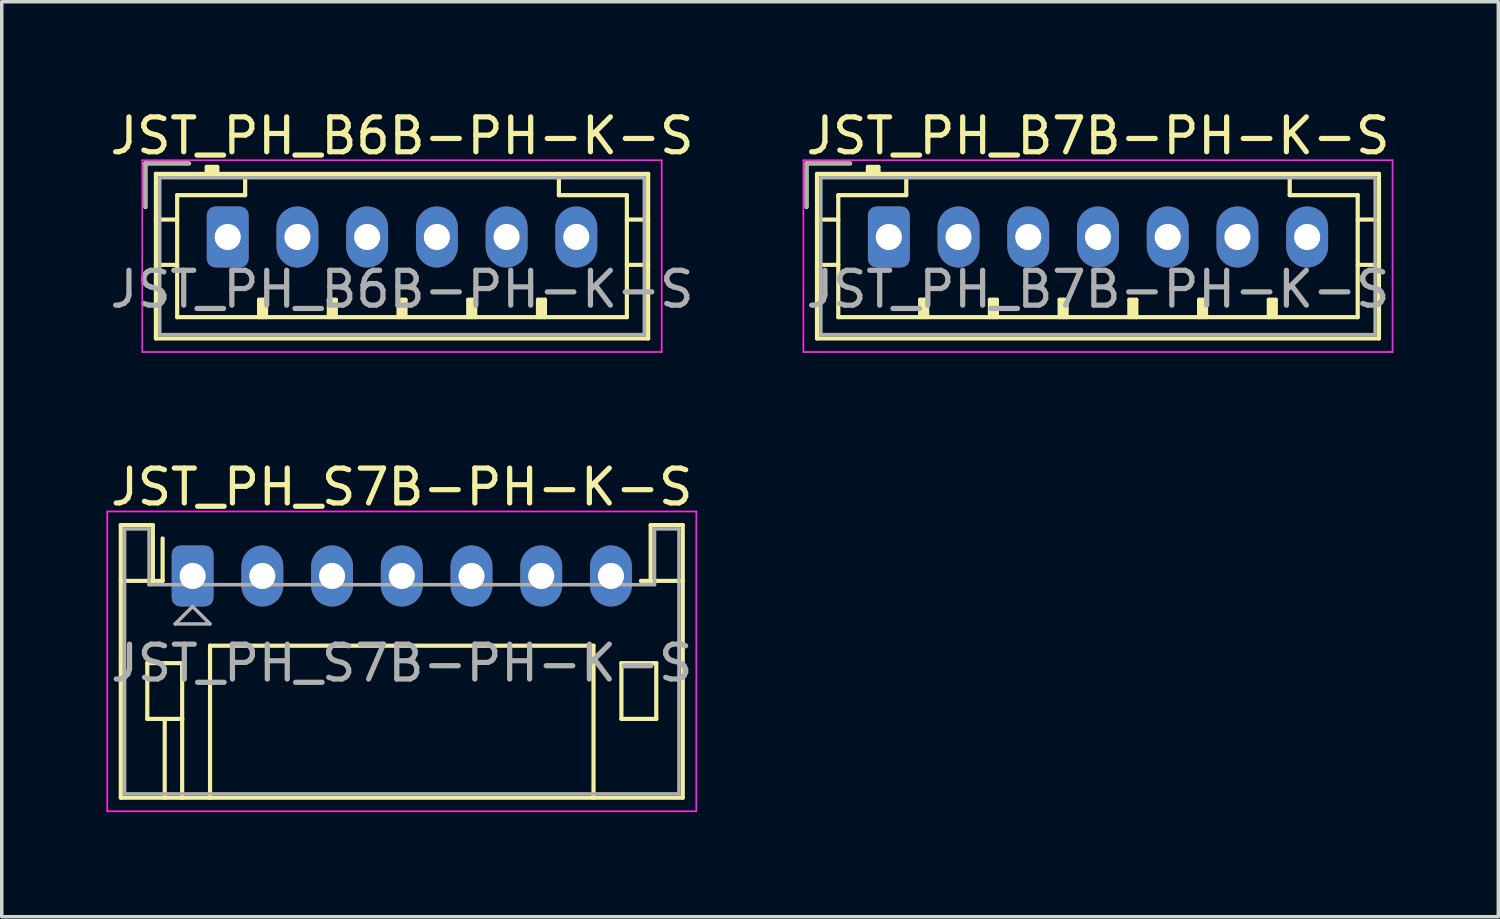
<source format=kicad_pcb>
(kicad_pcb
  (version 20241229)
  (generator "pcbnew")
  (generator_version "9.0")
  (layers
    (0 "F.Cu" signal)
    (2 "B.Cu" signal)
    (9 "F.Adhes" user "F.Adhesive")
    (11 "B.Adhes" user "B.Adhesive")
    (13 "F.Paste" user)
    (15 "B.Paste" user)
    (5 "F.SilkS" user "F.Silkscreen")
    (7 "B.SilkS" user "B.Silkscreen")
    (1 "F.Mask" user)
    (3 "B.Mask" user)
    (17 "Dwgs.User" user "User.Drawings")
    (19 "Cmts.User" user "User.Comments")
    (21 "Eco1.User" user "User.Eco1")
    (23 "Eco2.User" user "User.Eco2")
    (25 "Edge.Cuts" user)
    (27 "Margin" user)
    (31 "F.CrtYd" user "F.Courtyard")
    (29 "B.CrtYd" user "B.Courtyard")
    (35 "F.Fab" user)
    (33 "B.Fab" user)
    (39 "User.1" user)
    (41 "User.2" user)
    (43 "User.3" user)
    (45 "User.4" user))
  (footprint "JST_PH_B7B-PH-K-S"
    (layer "F.Cu")
    (at 22.446 3.748)
    (property "Reference" "JST_PH_B7B-PH-K-S" (at 6 -2.9 0) (layer "F.SilkS") (effects (font (size 1 1) (thickness 0.15))))
    (attr through_hole)
    (fp_line (start -2.36 -2.11) (end -2.36 -0.86) (stroke (width 0.12) (type solid)) (layer "F.SilkS"))
    (fp_line (start -2.06 -1.81) (end -2.06 2.91) (stroke (width 0.12) (type solid)) (layer "F.SilkS"))
    (fp_line (start -2.06 -0.5) (end -1.45 -0.5) (stroke (width 0.12) (type solid)) (layer "F.SilkS"))
    (fp_line (start -2.06 0.8) (end -1.45 0.8) (stroke (width 0.12) (type solid)) (layer "F.SilkS"))
    (fp_line (start -2.06 2.91) (end 14.06 2.91) (stroke (width 0.12) (type solid)) (layer "F.SilkS"))
    (fp_line (start -1.45 -1.2) (end -1.45 2.3) (stroke (width 0.12) (type solid)) (layer "F.SilkS"))
    (fp_line (start -1.45 2.3) (end 13.45 2.3) (stroke (width 0.12) (type solid)) (layer "F.SilkS"))
    (fp_line (start -1.11 -2.11) (end -2.36 -2.11) (stroke (width 0.12) (type solid)) (layer "F.SilkS"))
    (fp_line (start -0.6 -2.01) (end -0.6 -1.81) (stroke (width 0.12) (type solid)) (layer "F.SilkS"))
    (fp_line (start -0.3 -2.01) (end -0.6 -2.01) (stroke (width 0.12) (type solid)) (layer "F.SilkS"))
    (fp_line (start -0.3 -1.91) (end -0.6 -1.91) (stroke (width 0.12) (type solid)) (layer "F.SilkS"))
    (fp_line (start -0.3 -1.81) (end -0.3 -2.01) (stroke (width 0.12) (type solid)) (layer "F.SilkS"))
    (fp_line (start 0.5 -1.81) (end 0.5 -1.2) (stroke (width 0.12) (type solid)) (layer "F.SilkS"))
    (fp_line (start 0.5 -1.2) (end -1.45 -1.2) (stroke (width 0.12) (type solid)) (layer "F.SilkS"))
    (fp_line (start 0.9 1.8) (end 1.1 1.8) (stroke (width 0.12) (type solid)) (layer "F.SilkS"))
    (fp_line (start 0.9 2.3) (end 0.9 1.8) (stroke (width 0.12) (type solid)) (layer "F.SilkS"))
    (fp_line (start 1 2.3) (end 1 1.8) (stroke (width 0.12) (type solid)) (layer "F.SilkS"))
    (fp_line (start 1.1 1.8) (end 1.1 2.3) (stroke (width 0.12) (type solid)) (layer "F.SilkS"))
    (fp_line (start 2.9 1.8) (end 3.1 1.8) (stroke (width 0.12) (type solid)) (layer "F.SilkS"))
    (fp_line (start 2.9 2.3) (end 2.9 1.8) (stroke (width 0.12) (type solid)) (layer "F.SilkS"))
    (fp_line (start 3 2.3) (end 3 1.8) (stroke (width 0.12) (type solid)) (layer "F.SilkS"))
    (fp_line (start 3.1 1.8) (end 3.1 2.3) (stroke (width 0.12) (type solid)) (layer "F.SilkS"))
    (fp_line (start 4.9 1.8) (end 5.1 1.8) (stroke (width 0.12) (type solid)) (layer "F.SilkS"))
    (fp_line (start 4.9 2.3) (end 4.9 1.8) (stroke (width 0.12) (type solid)) (layer "F.SilkS"))
    (fp_line (start 5 2.3) (end 5 1.8) (stroke (width 0.12) (type solid)) (layer "F.SilkS"))
    (fp_line (start 5.1 1.8) (end 5.1 2.3) (stroke (width 0.12) (type solid)) (layer "F.SilkS"))
    (fp_line (start 6.9 1.8) (end 7.1 1.8) (stroke (width 0.12) (type solid)) (layer "F.SilkS"))
    (fp_line (start 6.9 2.3) (end 6.9 1.8) (stroke (width 0.12) (type solid)) (layer "F.SilkS"))
    (fp_line (start 7 2.3) (end 7 1.8) (stroke (width 0.12) (type solid)) (layer "F.SilkS"))
    (fp_line (start 7.1 1.8) (end 7.1 2.3) (stroke (width 0.12) (type solid)) (layer "F.SilkS"))
    (fp_line (start 8.9 1.8) (end 9.1 1.8) (stroke (width 0.12) (type solid)) (layer "F.SilkS"))
    (fp_line (start 8.9 2.3) (end 8.9 1.8) (stroke (width 0.12) (type solid)) (layer "F.SilkS"))
    (fp_line (start 9 2.3) (end 9 1.8) (stroke (width 0.12) (type solid)) (layer "F.SilkS"))
    (fp_line (start 9.1 1.8) (end 9.1 2.3) (stroke (width 0.12) (type solid)) (layer "F.SilkS"))
    (fp_line (start 10.9 1.8) (end 11.1 1.8) (stroke (width 0.12) (type solid)) (layer "F.SilkS"))
    (fp_line (start 10.9 2.3) (end 10.9 1.8) (stroke (width 0.12) (type solid)) (layer "F.SilkS"))
    (fp_line (start 11 2.3) (end 11 1.8) (stroke (width 0.12) (type solid)) (layer "F.SilkS"))
    (fp_line (start 11.1 1.8) (end 11.1 2.3) (stroke (width 0.12) (type solid)) (layer "F.SilkS"))
    (fp_line (start 11.5 -1.2) (end 11.5 -1.81) (stroke (width 0.12) (type solid)) (layer "F.SilkS"))
    (fp_line (start 13.45 -1.2) (end 11.5 -1.2) (stroke (width 0.12) (type solid)) (layer "F.SilkS"))
    (fp_line (start 13.45 2.3) (end 13.45 -1.2) (stroke (width 0.12) (type solid)) (layer "F.SilkS"))
    (fp_line (start 14.06 -1.81) (end -2.06 -1.81) (stroke (width 0.12) (type solid)) (layer "F.SilkS"))
    (fp_line (start 14.06 -0.5) (end 13.45 -0.5) (stroke (width 0.12) (type solid)) (layer "F.SilkS"))
    (fp_line (start 14.06 0.8) (end 13.45 0.8) (stroke (width 0.12) (type solid)) (layer "F.SilkS"))
    (fp_line (start 14.06 2.91) (end 14.06 -1.81) (stroke (width 0.12) (type solid)) (layer "F.SilkS"))
    (fp_line (start -2.45 -2.2) (end -2.45 3.3) (stroke (width 0.05) (type solid)) (layer "F.CrtYd"))
    (fp_line (start -2.45 3.3) (end 14.45 3.3) (stroke (width 0.05) (type solid)) (layer "F.CrtYd"))
    (fp_line (start 14.45 -2.2) (end -2.45 -2.2) (stroke (width 0.05) (type solid)) (layer "F.CrtYd"))
    (fp_line (start 14.45 3.3) (end 14.45 -2.2) (stroke (width 0.05) (type solid)) (layer "F.CrtYd"))
    (fp_line (start -2.36 -2.11) (end -2.36 -0.86) (stroke (width 0.1) (type solid)) (layer "F.Fab"))
    (fp_line (start -1.95 -1.7) (end -1.95 2.8) (stroke (width 0.1) (type solid)) (layer "F.Fab"))
    (fp_line (start -1.95 2.8) (end 13.95 2.8) (stroke (width 0.1) (type solid)) (layer "F.Fab"))
    (fp_line (start -1.11 -2.11) (end -2.36 -2.11) (stroke (width 0.1) (type solid)) (layer "F.Fab"))
    (fp_line (start 13.95 -1.7) (end -1.95 -1.7) (stroke (width 0.1) (type solid)) (layer "F.Fab"))
    (fp_line (start 13.95 2.8) (end 13.95 -1.7) (stroke (width 0.1) (type solid)) (layer "F.Fab"))
    (fp_text user "${REFERENCE}" (at 6 1.5 0) (layer "F.Fab") (effects (font (size 1 1) (thickness 0.15))))
    (pad "1" thru_hole roundrect (at 0 0) (size 1.2 1.75) (drill 0.75) (layers "*.Cu" "*.Mask") (roundrect_rratio 0.208))
    (pad "2" thru_hole oval (at 2 0) (size 1.2 1.75) (drill 0.75) (layers "*.Cu" "*.Mask"))
    (pad "3" thru_hole oval (at 4 0) (size 1.2 1.75) (drill 0.75) (layers "*.Cu" "*.Mask"))
    (pad "4" thru_hole oval (at 6 0) (size 1.2 1.75) (drill 0.75) (layers "*.Cu" "*.Mask"))
    (pad "5" thru_hole oval (at 8 0) (size 1.2 1.75) (drill 0.75) (layers "*.Cu" "*.Mask"))
    (pad "6" thru_hole oval (at 10 0) (size 1.2 1.75) (drill 0.75) (layers "*.Cu" "*.Mask"))
    (pad "7" thru_hole oval (at 12 0) (size 1.2 1.75) (drill 0.75) (layers "*.Cu" "*.Mask")))
  (footprint "JST_PH_B6B-PH-K-S"
    (layer "F.Cu")
    (at 3.482 3.748)
    (property "Reference" "JST_PH_B6B-PH-K-S" (at 5 -2.9 0) (layer "F.SilkS") (effects (font (size 1 1) (thickness 0.15))))
    (attr through_hole)
    (fp_line (start -2.36 -2.11) (end -2.36 -0.86) (stroke (width 0.12) (type solid)) (layer "F.SilkS"))
    (fp_line (start -2.06 -1.81) (end -2.06 2.91) (stroke (width 0.12) (type solid)) (layer "F.SilkS"))
    (fp_line (start -2.06 -0.5) (end -1.45 -0.5) (stroke (width 0.12) (type solid)) (layer "F.SilkS"))
    (fp_line (start -2.06 0.8) (end -1.45 0.8) (stroke (width 0.12) (type solid)) (layer "F.SilkS"))
    (fp_line (start -2.06 2.91) (end 12.06 2.91) (stroke (width 0.12) (type solid)) (layer "F.SilkS"))
    (fp_line (start -1.45 -1.2) (end -1.45 2.3) (stroke (width 0.12) (type solid)) (layer "F.SilkS"))
    (fp_line (start -1.45 2.3) (end 11.45 2.3) (stroke (width 0.12) (type solid)) (layer "F.SilkS"))
    (fp_line (start -1.11 -2.11) (end -2.36 -2.11) (stroke (width 0.12) (type solid)) (layer "F.SilkS"))
    (fp_line (start -0.6 -2.01) (end -0.6 -1.81) (stroke (width 0.12) (type solid)) (layer "F.SilkS"))
    (fp_line (start -0.3 -2.01) (end -0.6 -2.01) (stroke (width 0.12) (type solid)) (layer "F.SilkS"))
    (fp_line (start -0.3 -1.91) (end -0.6 -1.91) (stroke (width 0.12) (type solid)) (layer "F.SilkS"))
    (fp_line (start -0.3 -1.81) (end -0.3 -2.01) (stroke (width 0.12) (type solid)) (layer "F.SilkS"))
    (fp_line (start 0.5 -1.81) (end 0.5 -1.2) (stroke (width 0.12) (type solid)) (layer "F.SilkS"))
    (fp_line (start 0.5 -1.2) (end -1.45 -1.2) (stroke (width 0.12) (type solid)) (layer "F.SilkS"))
    (fp_line (start 0.9 1.8) (end 1.1 1.8) (stroke (width 0.12) (type solid)) (layer "F.SilkS"))
    (fp_line (start 0.9 2.3) (end 0.9 1.8) (stroke (width 0.12) (type solid)) (layer "F.SilkS"))
    (fp_line (start 1 2.3) (end 1 1.8) (stroke (width 0.12) (type solid)) (layer "F.SilkS"))
    (fp_line (start 1.1 1.8) (end 1.1 2.3) (stroke (width 0.12) (type solid)) (layer "F.SilkS"))
    (fp_line (start 2.9 1.8) (end 3.1 1.8) (stroke (width 0.12) (type solid)) (layer "F.SilkS"))
    (fp_line (start 2.9 2.3) (end 2.9 1.8) (stroke (width 0.12) (type solid)) (layer "F.SilkS"))
    (fp_line (start 3 2.3) (end 3 1.8) (stroke (width 0.12) (type solid)) (layer "F.SilkS"))
    (fp_line (start 3.1 1.8) (end 3.1 2.3) (stroke (width 0.12) (type solid)) (layer "F.SilkS"))
    (fp_line (start 4.9 1.8) (end 5.1 1.8) (stroke (width 0.12) (type solid)) (layer "F.SilkS"))
    (fp_line (start 4.9 2.3) (end 4.9 1.8) (stroke (width 0.12) (type solid)) (layer "F.SilkS"))
    (fp_line (start 5 2.3) (end 5 1.8) (stroke (width 0.12) (type solid)) (layer "F.SilkS"))
    (fp_line (start 5.1 1.8) (end 5.1 2.3) (stroke (width 0.12) (type solid)) (layer "F.SilkS"))
    (fp_line (start 6.9 1.8) (end 7.1 1.8) (stroke (width 0.12) (type solid)) (layer "F.SilkS"))
    (fp_line (start 6.9 2.3) (end 6.9 1.8) (stroke (width 0.12) (type solid)) (layer "F.SilkS"))
    (fp_line (start 7 2.3) (end 7 1.8) (stroke (width 0.12) (type solid)) (layer "F.SilkS"))
    (fp_line (start 7.1 1.8) (end 7.1 2.3) (stroke (width 0.12) (type solid)) (layer "F.SilkS"))
    (fp_line (start 8.9 1.8) (end 9.1 1.8) (stroke (width 0.12) (type solid)) (layer "F.SilkS"))
    (fp_line (start 8.9 2.3) (end 8.9 1.8) (stroke (width 0.12) (type solid)) (layer "F.SilkS"))
    (fp_line (start 9 2.3) (end 9 1.8) (stroke (width 0.12) (type solid)) (layer "F.SilkS"))
    (fp_line (start 9.1 1.8) (end 9.1 2.3) (stroke (width 0.12) (type solid)) (layer "F.SilkS"))
    (fp_line (start 9.5 -1.2) (end 9.5 -1.81) (stroke (width 0.12) (type solid)) (layer "F.SilkS"))
    (fp_line (start 11.45 -1.2) (end 9.5 -1.2) (stroke (width 0.12) (type solid)) (layer "F.SilkS"))
    (fp_line (start 11.45 2.3) (end 11.45 -1.2) (stroke (width 0.12) (type solid)) (layer "F.SilkS"))
    (fp_line (start 12.06 -1.81) (end -2.06 -1.81) (stroke (width 0.12) (type solid)) (layer "F.SilkS"))
    (fp_line (start 12.06 -0.5) (end 11.45 -0.5) (stroke (width 0.12) (type solid)) (layer "F.SilkS"))
    (fp_line (start 12.06 0.8) (end 11.45 0.8) (stroke (width 0.12) (type solid)) (layer "F.SilkS"))
    (fp_line (start 12.06 2.91) (end 12.06 -1.81) (stroke (width 0.12) (type solid)) (layer "F.SilkS"))
    (fp_line (start -2.45 -2.2) (end -2.45 3.3) (stroke (width 0.05) (type solid)) (layer "F.CrtYd"))
    (fp_line (start -2.45 3.3) (end 12.45 3.3) (stroke (width 0.05) (type solid)) (layer "F.CrtYd"))
    (fp_line (start 12.45 -2.2) (end -2.45 -2.2) (stroke (width 0.05) (type solid)) (layer "F.CrtYd"))
    (fp_line (start 12.45 3.3) (end 12.45 -2.2) (stroke (width 0.05) (type solid)) (layer "F.CrtYd"))
    (fp_line (start -2.36 -2.11) (end -2.36 -0.86) (stroke (width 0.1) (type solid)) (layer "F.Fab"))
    (fp_line (start -1.95 -1.7) (end -1.95 2.8) (stroke (width 0.1) (type solid)) (layer "F.Fab"))
    (fp_line (start -1.95 2.8) (end 11.95 2.8) (stroke (width 0.1) (type solid)) (layer "F.Fab"))
    (fp_line (start -1.11 -2.11) (end -2.36 -2.11) (stroke (width 0.1) (type solid)) (layer "F.Fab"))
    (fp_line (start 11.95 -1.7) (end -1.95 -1.7) (stroke (width 0.1) (type solid)) (layer "F.Fab"))
    (fp_line (start 11.95 2.8) (end 11.95 -1.7) (stroke (width 0.1) (type solid)) (layer "F.Fab"))
    (fp_text user "${REFERENCE}" (at 5 1.5 0) (layer "F.Fab") (effects (font (size 1 1) (thickness 0.15))))
    (pad "1" thru_hole roundrect (at 0 0) (size 1.2 1.75) (drill 0.75) (layers "*.Cu" "*.Mask") (roundrect_rratio 0.208))
    (pad "2" thru_hole oval (at 2 0) (size 1.2 1.75) (drill 0.75) (layers "*.Cu" "*.Mask"))
    (pad "3" thru_hole oval (at 4 0) (size 1.2 1.75) (drill 0.75) (layers "*.Cu" "*.Mask"))
    (pad "4" thru_hole oval (at 6 0) (size 1.2 1.75) (drill 0.75) (layers "*.Cu" "*.Mask"))
    (pad "5" thru_hole oval (at 8 0) (size 1.2 1.75) (drill 0.75) (layers "*.Cu" "*.Mask"))
    (pad "6" thru_hole oval (at 10 0) (size 1.2 1.75) (drill 0.75) (layers "*.Cu" "*.Mask")))
  (footprint "JST_PH_S7B-PH-K-S"
    (layer "F.Cu")
    (at 2.475 13.472)
    (property "Reference" "JST_PH_S7B-PH-K-S" (at 6 -2.55 0) (layer "F.SilkS") (effects (font (size 1 1) (thickness 0.15))))
    (attr through_hole)
    (fp_line (start -2.06 -1.46) (end -2.06 6.36) (stroke (width 0.12) (type solid)) (layer "F.SilkS"))
    (fp_line (start -2.06 0.14) (end -1.14 0.14) (stroke (width 0.12) (type solid)) (layer "F.SilkS"))
    (fp_line (start -2.06 6.36) (end 14.06 6.36) (stroke (width 0.12) (type solid)) (layer "F.SilkS"))
    (fp_line (start -1.3 2.5) (end -1.3 4.1) (stroke (width 0.12) (type solid)) (layer "F.SilkS"))
    (fp_line (start -1.3 4.1) (end -0.3 4.1) (stroke (width 0.12) (type solid)) (layer "F.SilkS"))
    (fp_line (start -1.14 -1.46) (end -2.06 -1.46) (stroke (width 0.12) (type solid)) (layer "F.SilkS"))
    (fp_line (start -1.14 0.14) (end -1.14 -1.46) (stroke (width 0.12) (type solid)) (layer "F.SilkS"))
    (fp_line (start -0.86 0.14) (end -1.14 0.14) (stroke (width 0.12) (type solid)) (layer "F.SilkS"))
    (fp_line (start -0.86 0.14) (end -0.86 -1.075) (stroke (width 0.12) (type solid)) (layer "F.SilkS"))
    (fp_line (start -0.8 4.1) (end -0.8 6.36) (stroke (width 0.12) (type solid)) (layer "F.SilkS"))
    (fp_line (start -0.3 2.5) (end -1.3 2.5) (stroke (width 0.12) (type solid)) (layer "F.SilkS"))
    (fp_line (start -0.3 4.1) (end -0.3 2.5) (stroke (width 0.12) (type solid)) (layer "F.SilkS"))
    (fp_line (start -0.3 4.1) (end -0.3 6.36) (stroke (width 0.12) (type solid)) (layer "F.SilkS"))
    (fp_line (start 0.5 2) (end 11.5 2) (stroke (width 0.12) (type solid)) (layer "F.SilkS"))
    (fp_line (start 0.5 6.36) (end 0.5 2) (stroke (width 0.12) (type solid)) (layer "F.SilkS"))
    (fp_line (start 11.5 2) (end 11.5 6.36) (stroke (width 0.12) (type solid)) (layer "F.SilkS"))
    (fp_line (start 12.3 2.5) (end 13.3 2.5) (stroke (width 0.12) (type solid)) (layer "F.SilkS"))
    (fp_line (start 12.3 4.1) (end 12.3 2.5) (stroke (width 0.12) (type solid)) (layer "F.SilkS"))
    (fp_line (start 13.14 -1.46) (end 13.14 0.14) (stroke (width 0.12) (type solid)) (layer "F.SilkS"))
    (fp_line (start 13.14 0.14) (end 12.86 0.14) (stroke (width 0.12) (type solid)) (layer "F.SilkS"))
    (fp_line (start 13.3 2.5) (end 13.3 4.1) (stroke (width 0.12) (type solid)) (layer "F.SilkS"))
    (fp_line (start 13.3 4.1) (end 12.3 4.1) (stroke (width 0.12) (type solid)) (layer "F.SilkS"))
    (fp_line (start 14.06 -1.46) (end 13.14 -1.46) (stroke (width 0.12) (type solid)) (layer "F.SilkS"))
    (fp_line (start 14.06 0.14) (end 13.14 0.14) (stroke (width 0.12) (type solid)) (layer "F.SilkS"))
    (fp_line (start 14.06 6.36) (end 14.06 -1.46) (stroke (width 0.12) (type solid)) (layer "F.SilkS"))
    (fp_line (start -2.45 -1.85) (end -2.45 6.75) (stroke (width 0.05) (type solid)) (layer "F.CrtYd"))
    (fp_line (start -2.45 6.75) (end 14.45 6.75) (stroke (width 0.05) (type solid)) (layer "F.CrtYd"))
    (fp_line (start 14.45 -1.85) (end -2.45 -1.85) (stroke (width 0.05) (type solid)) (layer "F.CrtYd"))
    (fp_line (start 14.45 6.75) (end 14.45 -1.85) (stroke (width 0.05) (type solid)) (layer "F.CrtYd"))
    (fp_line (start -1.95 -1.35) (end -1.95 6.25) (stroke (width 0.1) (type solid)) (layer "F.Fab"))
    (fp_line (start -1.95 6.25) (end 13.95 6.25) (stroke (width 0.1) (type solid)) (layer "F.Fab"))
    (fp_line (start -1.25 -1.35) (end -1.95 -1.35) (stroke (width 0.1) (type solid)) (layer "F.Fab"))
    (fp_line (start -1.25 0.25) (end -1.25 -1.35) (stroke (width 0.1) (type solid)) (layer "F.Fab"))
    (fp_line (start -0.5 1.375) (end 0.5 1.375) (stroke (width 0.1) (type solid)) (layer "F.Fab"))
    (fp_line (start 0 0.875) (end -0.5 1.375) (stroke (width 0.1) (type solid)) (layer "F.Fab"))
    (fp_line (start 0.5 1.375) (end 0 0.875) (stroke (width 0.1) (type solid)) (layer "F.Fab"))
    (fp_line (start 13.25 -1.35) (end 13.25 0.25) (stroke (width 0.1) (type solid)) (layer "F.Fab"))
    (fp_line (start 13.25 0.25) (end -1.25 0.25) (stroke (width 0.1) (type solid)) (layer "F.Fab"))
    (fp_line (start 13.95 -1.35) (end 13.25 -1.35) (stroke (width 0.1) (type solid)) (layer "F.Fab"))
    (fp_line (start 13.95 6.25) (end 13.95 -1.35) (stroke (width 0.1) (type solid)) (layer "F.Fab"))
    (fp_text user "${REFERENCE}" (at 6 2.5 0) (layer "F.Fab") (effects (font (size 1 1) (thickness 0.15))))
    (pad "1" thru_hole roundrect (at 0 0) (size 1.2 1.75) (drill 0.75) (layers "*.Cu" "*.Mask") (roundrect_rratio 0.208))
    (pad "2" thru_hole oval (at 2 0) (size 1.2 1.75) (drill 0.75) (layers "*.Cu" "*.Mask"))
    (pad "3" thru_hole oval (at 4 0) (size 1.2 1.75) (drill 0.75) (layers "*.Cu" "*.Mask"))
    (pad "4" thru_hole oval (at 6 0) (size 1.2 1.75) (drill 0.75) (layers "*.Cu" "*.Mask"))
    (pad "5" thru_hole oval (at 8 0) (size 1.2 1.75) (drill 0.75) (layers "*.Cu" "*.Mask"))
    (pad "6" thru_hole oval (at 10 0) (size 1.2 1.75) (drill 0.75) (layers "*.Cu" "*.Mask"))
    (pad "7" thru_hole oval (at 12 0) (size 1.2 1.75) (drill 0.75) (layers "*.Cu" "*.Mask")))
  (gr_rect
    (start -3 -3)
    (end 39.929 23.247)
    (stroke (width 0.1) (type default))
    (fill no)
    (layer "Edge.Cuts")))
</source>
